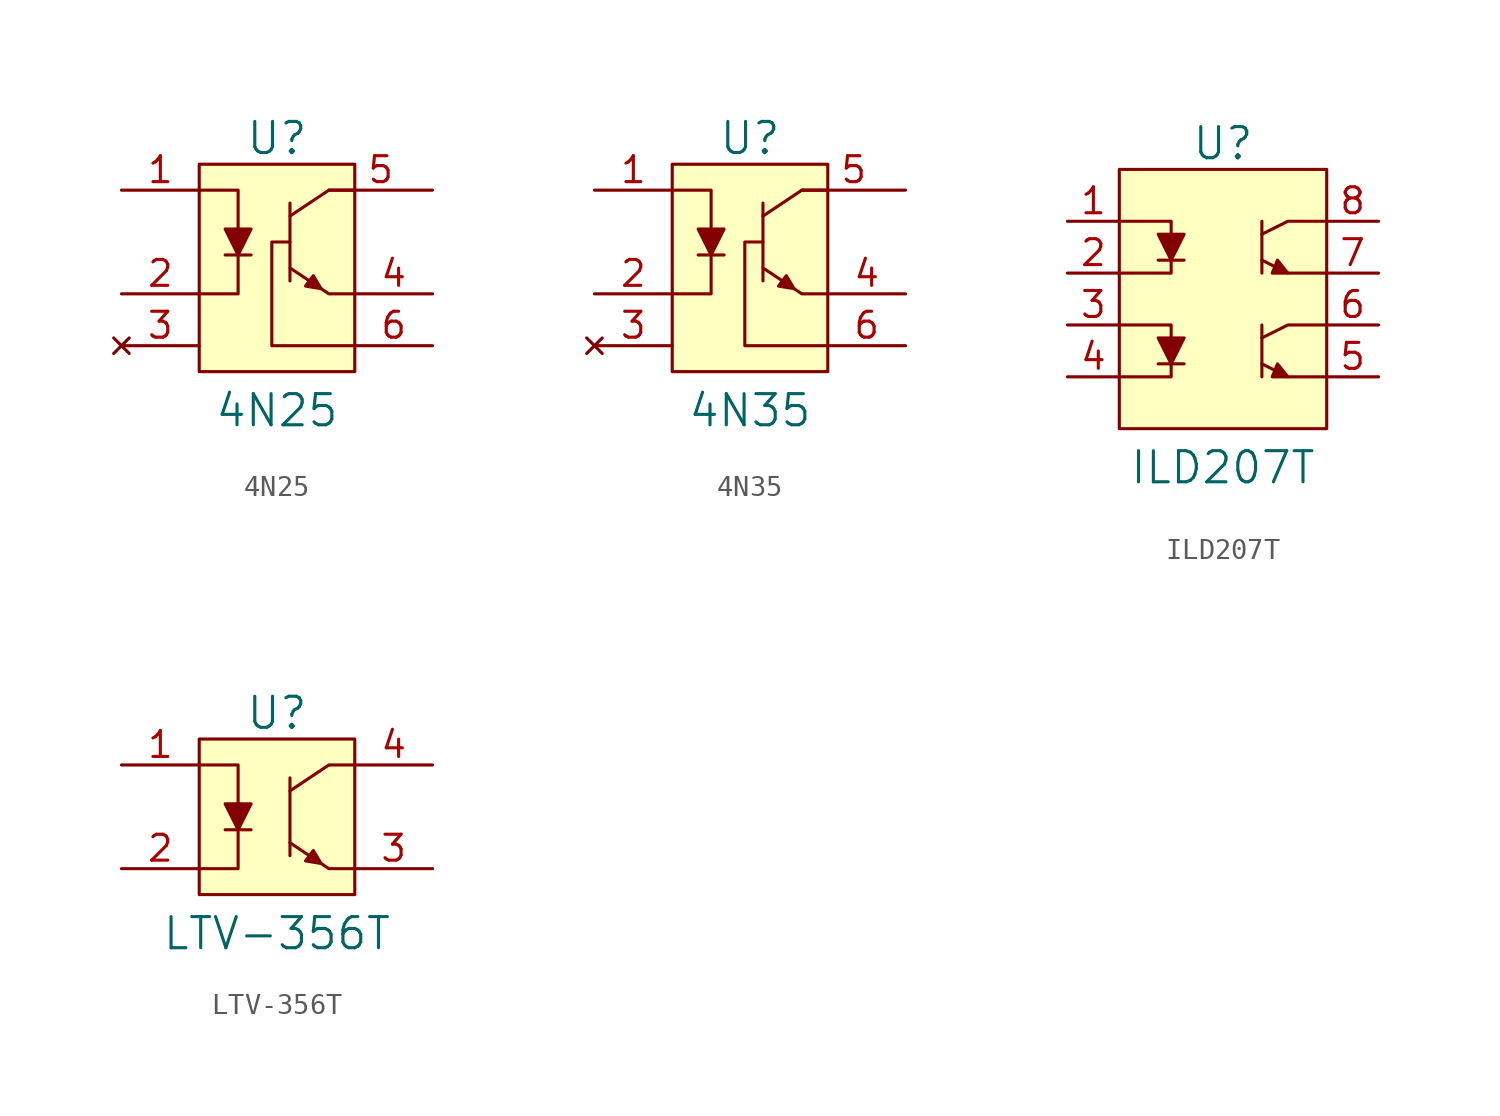
<source format=kicad_sym>
(kicad_symbol_lib
  (version 20231120)
  (generator "kicad_symbol_editor")
  (generator_version "8.0")
  (symbol "4N25"
    (pin_names
      (offset 1.016))
    (property "Reference" "U"
      (at 0 5.08 0)
      (effects (font (size 1.524 1.524))))
    (property "Value" "4N25"
      (at 0 -8.255 0)
      (effects (font (size 1.524 1.524))))
    (symbol "4N25_0_1"
      (rectangle (start -3.81 3.81) (end 3.81 -6.35) (stroke (width 0) (type default)) (fill (type background)))
      (polyline (pts (xy -2.54 -0.635) (xy -1.27 -0.635)) (stroke (width 0) (type default)) (fill (type none)))
      (polyline (pts (xy 0.635 1.905) (xy 0.635 -1.905)) (stroke (width 0) (type default)) (fill (type none)))
      (polyline (pts (xy -3.81 -2.54) (xy -1.905 -2.54) (xy -1.905 -0.635)) (stroke (width 0) (type default)) (fill (type none)))
      (polyline (pts (xy -3.81 2.54) (xy -1.905 2.54) (xy -1.905 0.635)) (stroke (width 0) (type default)) (fill (type none)))
      (polyline (pts (xy 0.635 -1.27) (xy 2.54 -2.54) (xy 3.81 -2.54)) (stroke (width 0) (type default)) (fill (type none)))
      (polyline (pts (xy 0.635 1.27) (xy 2.54 2.54) (xy 3.81 2.54)) (stroke (width 0) (type default)) (fill (type none)))
      (polyline (pts (xy -2.54 0.635) (xy -1.27 0.635) (xy -1.905 -0.635) (xy -2.54 0.635)) (stroke (width 0) (type default)) (fill (type outline)))
      (polyline (pts (xy 2.159 -2.286) (xy 1.778 -1.651) (xy 1.397 -2.159) (xy 2.159 -2.286)) (stroke (width 0) (type default)) (fill (type outline)))
      (polyline (pts (xy 3.81 -5.08) (xy -0.254 -5.08) (xy -0.254 0) (xy 0.635 0)) (stroke (width 0) (type default)) (fill (type none))))
    (symbol "4N25_1_1"
      (pin passive line (at -7.62 2.54 0) (length 3.81) (name "~" (effects (font (size 1.27 1.27)))) (number "1" (effects (font (size 1.27 1.27)))))
      (pin passive line (at -7.62 -2.54 0) (length 3.81) (name "~" (effects (font (size 1.27 1.27)))) (number "2" (effects (font (size 1.27 1.27)))))
      (pin no_connect line (at -7.62 -5.08 0) (length 3.81) (name "~" (effects (font (size 1.27 1.27)))) (number "3" (effects (font (size 1.27 1.27)))))
      (pin passive line (at 7.62 -2.54 180) (length 3.81) (name "~" (effects (font (size 1.27 1.27)))) (number "4" (effects (font (size 1.27 1.27)))))
      (pin output line (at 7.62 2.54 180) (length 5.08) (name "~" (effects (font (size 1.27 1.27)))) (number "5" (effects (font (size 1.27 1.27)))))
      (pin input line (at 7.62 -5.08 180) (length 3.81) (name "~" (effects (font (size 1.27 1.27)))) (number "6" (effects (font (size 1.27 1.27)))))))
  (symbol "4N35"
    (pin_names
      (offset 1.016))
    (property "Reference" "U"
      (at 0 5.08 0)
      (effects (font (size 1.524 1.524))))
    (property "Value" "4N35"
      (at 0 -8.255 0)
      (effects (font (size 1.524 1.524))))
    (symbol "4N35_0_1"
      (rectangle (start -3.81 3.81) (end 3.81 -6.35) (stroke (width 0) (type default)) (fill (type background)))
      (polyline (pts (xy -2.54 -0.635) (xy -1.27 -0.635)) (stroke (width 0) (type default)) (fill (type none)))
      (polyline (pts (xy 0.635 1.905) (xy 0.635 -1.905)) (stroke (width 0) (type default)) (fill (type none)))
      (polyline (pts (xy -3.81 -2.54) (xy -1.905 -2.54) (xy -1.905 -0.635)) (stroke (width 0) (type default)) (fill (type none)))
      (polyline (pts (xy -3.81 2.54) (xy -1.905 2.54) (xy -1.905 0.635)) (stroke (width 0) (type default)) (fill (type none)))
      (polyline (pts (xy 0.635 -1.27) (xy 2.54 -2.54) (xy 3.81 -2.54)) (stroke (width 0) (type default)) (fill (type none)))
      (polyline (pts (xy 0.635 1.27) (xy 2.54 2.54) (xy 3.81 2.54)) (stroke (width 0) (type default)) (fill (type none)))
      (polyline (pts (xy -2.54 0.635) (xy -1.27 0.635) (xy -1.905 -0.635) (xy -2.54 0.635)) (stroke (width 0) (type default)) (fill (type outline)))
      (polyline (pts (xy 2.159 -2.286) (xy 1.778 -1.651) (xy 1.397 -2.159) (xy 2.159 -2.286)) (stroke (width 0) (type default)) (fill (type outline)))
      (polyline (pts (xy 3.81 -5.08) (xy -0.254 -5.08) (xy -0.254 0) (xy 0.635 0)) (stroke (width 0) (type default)) (fill (type none))))
    (symbol "4N35_1_1"
      (pin passive line (at -7.62 2.54 0) (length 3.81) (name "~" (effects (font (size 1.27 1.27)))) (number "1" (effects (font (size 1.27 1.27)))))
      (pin passive line (at -7.62 -2.54 0) (length 3.81) (name "~" (effects (font (size 1.27 1.27)))) (number "2" (effects (font (size 1.27 1.27)))))
      (pin no_connect line (at -7.62 -5.08 0) (length 3.81) (name "~" (effects (font (size 1.27 1.27)))) (number "3" (effects (font (size 1.27 1.27)))))
      (pin passive line (at 7.62 -2.54 180) (length 3.81) (name "~" (effects (font (size 1.27 1.27)))) (number "4" (effects (font (size 1.27 1.27)))))
      (pin output line (at 7.62 2.54 180) (length 5.08) (name "~" (effects (font (size 1.27 1.27)))) (number "5" (effects (font (size 1.27 1.27)))))
      (pin input line (at 7.62 -5.08 180) (length 3.81) (name "~" (effects (font (size 1.27 1.27)))) (number "6" (effects (font (size 1.27 1.27)))))))
  (symbol "ILD207T"
    (pin_names
      (offset 1.016))
    (property "Reference" "U"
      (at 0 8.89 0)
      (effects (font (size 1.524 1.524))))
    (property "Value" "ILD207T"
      (at 0 -6.985 0)
      (effects (font (size 1.524 1.524))))
    (symbol "ILD207T_0_1"
      (rectangle (start -5.08 7.62) (end 5.08 -5.08) (stroke (width 0) (type default)) (fill (type background)))
      (polyline (pts (xy -3.175 -1.905) (xy -1.905 -1.905)) (stroke (width 0) (type default)) (fill (type none)))
      (polyline (pts (xy -3.175 3.175) (xy -1.905 3.175)) (stroke (width 0) (type default)) (fill (type none)))
      (polyline (pts (xy 1.905 0) (xy 1.905 -2.54)) (stroke (width 0) (type default)) (fill (type none)))
      (polyline (pts (xy 1.905 5.08) (xy 1.905 2.54)) (stroke (width 0) (type default)) (fill (type none)))
      (polyline (pts (xy -5.08 -2.54) (xy -2.54 -2.54) (xy -2.54 -1.905)) (stroke (width 0) (type default)) (fill (type none)))
      (polyline (pts (xy -5.08 0) (xy -2.54 0) (xy -2.54 -0.635)) (stroke (width 0) (type default)) (fill (type none)))
      (polyline (pts (xy -5.08 2.54) (xy -2.54 2.54) (xy -2.54 3.175)) (stroke (width 0) (type default)) (fill (type none)))
      (polyline (pts (xy -5.08 5.08) (xy -2.54 5.08) (xy -2.54 4.445)) (stroke (width 0) (type default)) (fill (type none)))
      (polyline (pts (xy 1.905 -1.905) (xy 3.175 -2.54) (xy 5.08 -2.54)) (stroke (width 0) (type default)) (fill (type none)))
      (polyline (pts (xy 1.905 -0.635) (xy 3.175 0) (xy 5.08 0)) (stroke (width 0) (type default)) (fill (type none)))
      (polyline (pts (xy 1.905 3.175) (xy 3.175 2.54) (xy 5.08 2.54)) (stroke (width 0) (type default)) (fill (type none)))
      (polyline (pts (xy 1.905 4.445) (xy 3.175 5.08) (xy 5.08 5.08)) (stroke (width 0) (type default)) (fill (type none)))
      (polyline (pts (xy -3.175 -0.635) (xy -1.905 -0.635) (xy -2.54 -1.905) (xy -3.175 -0.635)) (stroke (width 0) (type default)) (fill (type outline)))
      (polyline (pts (xy -3.175 4.445) (xy -1.905 4.445) (xy -2.54 3.175) (xy -3.175 4.445)) (stroke (width 0) (type default)) (fill (type outline)))
      (polyline (pts (xy 3.175 -2.54) (xy 2.667 -1.905) (xy 2.413 -2.54) (xy 3.175 -2.54)) (stroke (width 0) (type default)) (fill (type outline)))
      (polyline (pts (xy 3.175 2.54) (xy 2.667 3.175) (xy 2.413 2.54) (xy 3.175 2.54)) (stroke (width 0) (type default)) (fill (type outline))))
    (symbol "ILD207T_1_1"
      (pin passive line (at -7.62 5.08 0) (length 2.54) (name "~" (effects (font (size 1.27 1.27)))) (number "1" (effects (font (size 1.27 1.27)))))
      (pin passive line (at -7.62 2.54 0) (length 2.54) (name "~" (effects (font (size 1.27 1.27)))) (number "2" (effects (font (size 1.27 1.27)))))
      (pin passive line (at -7.62 0 0) (length 2.54) (name "~" (effects (font (size 1.27 1.27)))) (number "3" (effects (font (size 1.27 1.27)))))
      (pin passive line (at -7.62 -2.54 0) (length 2.54) (name "~" (effects (font (size 1.27 1.27)))) (number "4" (effects (font (size 1.27 1.27)))))
      (pin passive line (at 7.62 -2.54 180) (length 2.54) (name "~" (effects (font (size 1.27 1.27)))) (number "5" (effects (font (size 1.27 1.27)))))
      (pin passive line (at 7.62 0 180) (length 2.54) (name "~" (effects (font (size 1.27 1.27)))) (number "6" (effects (font (size 1.27 1.27)))))
      (pin passive line (at 7.62 2.54 180) (length 2.54) (name "~" (effects (font (size 1.27 1.27)))) (number "7" (effects (font (size 1.27 1.27)))))
      (pin passive line (at 7.62 5.08 180) (length 2.54) (name "~" (effects (font (size 1.27 1.27)))) (number "8" (effects (font (size 1.27 1.27)))))))
  (symbol "LTV-356T"
    (pin_names
      (offset 1.016))
    (property "Reference" "U"
      (at 0 5.08 0)
      (effects (font (size 1.524 1.524))))
    (property "Value" "LTV-356T"
      (at 0 -5.715 0)
      (effects (font (size 1.524 1.524))))
    (symbol "LTV-356T_0_1"
      (rectangle (start -3.81 3.81) (end 3.81 -3.81) (stroke (width 0) (type default)) (fill (type background)))
      (polyline (pts (xy -2.54 -0.635) (xy -1.27 -0.635)) (stroke (width 0) (type default)) (fill (type none)))
      (polyline (pts (xy 0.635 1.905) (xy 0.635 -1.905)) (stroke (width 0) (type default)) (fill (type none)))
      (polyline (pts (xy -3.81 -2.54) (xy -1.905 -2.54) (xy -1.905 -0.635)) (stroke (width 0) (type default)) (fill (type none)))
      (polyline (pts (xy -3.81 2.54) (xy -1.905 2.54) (xy -1.905 0.635)) (stroke (width 0) (type default)) (fill (type none)))
      (polyline (pts (xy 0.635 -1.27) (xy 2.54 -2.54) (xy 3.81 -2.54)) (stroke (width 0) (type default)) (fill (type none)))
      (polyline (pts (xy 0.635 1.27) (xy 2.54 2.54) (xy 3.81 2.54)) (stroke (width 0) (type default)) (fill (type none)))
      (polyline (pts (xy -2.54 0.635) (xy -1.27 0.635) (xy -1.905 -0.635) (xy -2.54 0.635)) (stroke (width 0) (type default)) (fill (type outline)))
      (polyline (pts (xy 2.159 -2.286) (xy 1.778 -1.651) (xy 1.397 -2.159) (xy 2.159 -2.286)) (stroke (width 0) (type default)) (fill (type outline))))
    (symbol "LTV-356T_1_1"
      (pin passive line (at -7.62 2.54 0) (length 3.81) (name "~" (effects (font (size 1.27 1.27)))) (number "1" (effects (font (size 1.27 1.27)))))
      (pin passive line (at -7.62 -2.54 0) (length 3.81) (name "~" (effects (font (size 1.27 1.27)))) (number "2" (effects (font (size 1.27 1.27)))))
      (pin passive line (at 7.62 -2.54 180) (length 3.81) (name "~" (effects (font (size 1.27 1.27)))) (number "3" (effects (font (size 1.27 1.27)))))
      (pin passive line (at 7.62 2.54 180) (length 3.81) (name "~" (effects (font (size 1.27 1.27)))) (number "4" (effects (font (size 1.27 1.27))))))))
</source>
